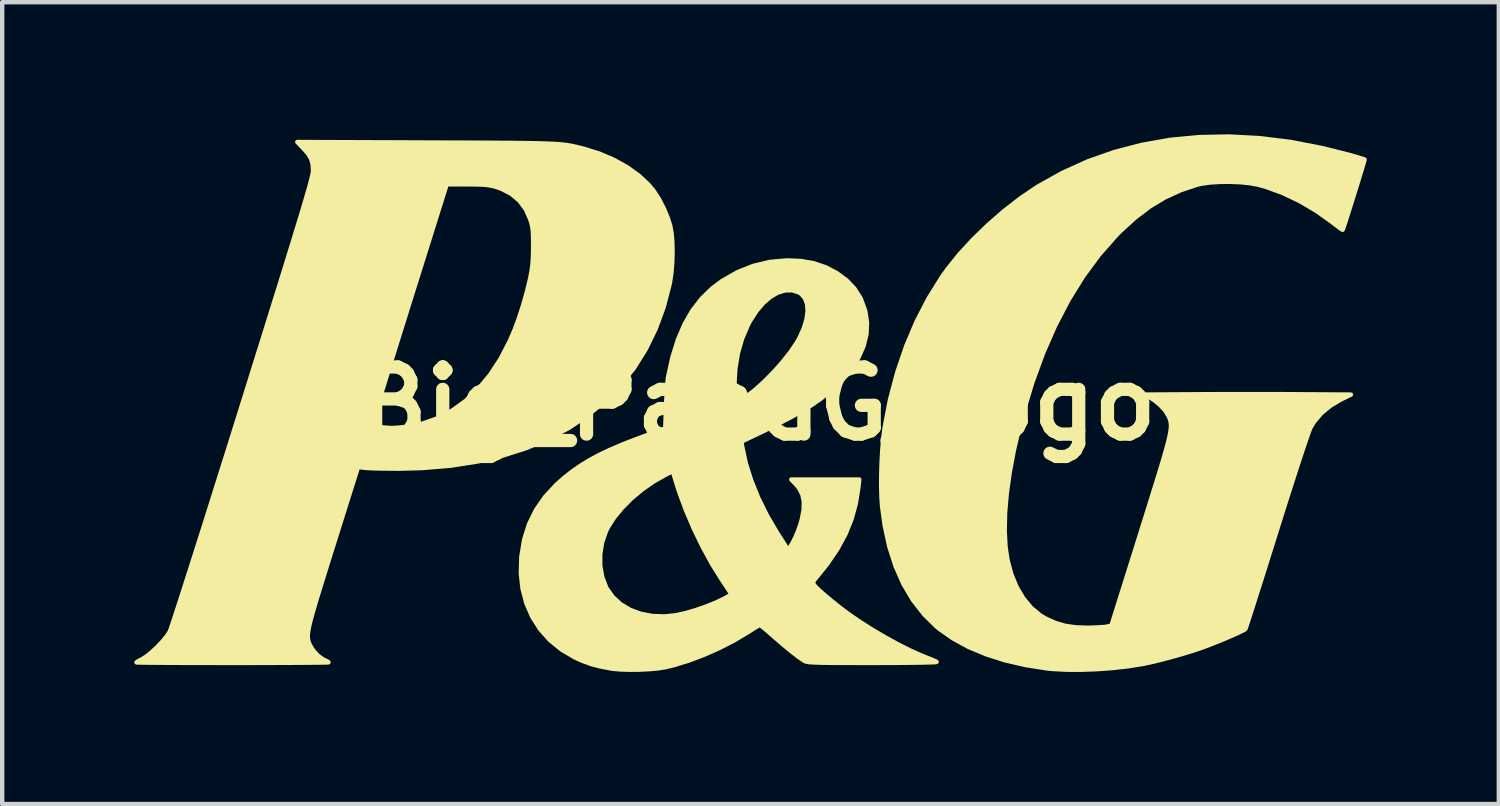
<source format=kicad_pcb>
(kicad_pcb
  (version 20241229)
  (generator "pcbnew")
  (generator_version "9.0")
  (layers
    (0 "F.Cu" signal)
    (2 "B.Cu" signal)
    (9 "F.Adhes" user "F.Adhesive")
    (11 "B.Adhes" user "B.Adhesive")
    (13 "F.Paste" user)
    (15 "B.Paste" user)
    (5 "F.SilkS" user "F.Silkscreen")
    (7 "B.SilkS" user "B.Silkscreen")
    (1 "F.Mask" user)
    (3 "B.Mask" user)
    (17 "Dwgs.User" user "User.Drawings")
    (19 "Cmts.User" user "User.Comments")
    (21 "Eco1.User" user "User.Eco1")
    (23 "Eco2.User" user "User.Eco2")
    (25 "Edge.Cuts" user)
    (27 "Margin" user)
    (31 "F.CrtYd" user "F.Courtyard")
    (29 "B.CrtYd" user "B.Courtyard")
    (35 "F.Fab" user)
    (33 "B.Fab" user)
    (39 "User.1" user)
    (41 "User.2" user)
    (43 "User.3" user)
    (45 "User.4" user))
  (footprint "Big_PandG_logo"
    (layer "F.Cu")
    (at 14.152 6.118)
    (property "Reference" "Big_PandG_logo" (at 0 0 0) (layer "F.SilkS") (effects (font (size 1.524 1.524) (thickness 0.3))))
    (attr through_hole)
    (fp_poly (pts (xy 13.784 -5.546) (xy 13.778 -5.519) (xy 13.757 -5.447) (xy 13.725 -5.338) (xy 13.683 -5.2) (xy 13.634 -5.04) (xy 13.581 -4.868) (xy 13.525 -4.69) (xy 13.47 -4.514) (xy 13.418 -4.349) (xy 13.372 -4.203) (xy 13.333 -4.083) (xy 13.304 -3.997) (xy 13.288 -3.954) (xy 13.286 -3.95) (xy 13.263 -3.963) (xy 13.205 -4.004) (xy 13.122 -4.066) (xy 13.035 -4.133) (xy 12.687 -4.381) (xy 12.317 -4.599) (xy 11.936 -4.781) (xy 11.556 -4.921) (xy 11.368 -4.974) (xy 11.185 -5.008) (xy 10.968 -5.03) (xy 10.735 -5.04) (xy 10.499 -5.038) (xy 10.276 -5.024) (xy 10.083 -4.997) (xy 9.988 -4.976) (xy 9.607 -4.849) (xy 9.248 -4.684) (xy 8.904 -4.477) (xy 8.57 -4.223) (xy 8.238 -3.92) (xy 8.134 -3.814) (xy 7.749 -3.376) (xy 7.391 -2.89) (xy 7.061 -2.356) (xy 6.758 -1.776) (xy 6.484 -1.15) (xy 6.238 -0.479) (xy 6.021 0.238) (xy 5.941 0.538) (xy 5.819 1.064) (xy 5.725 1.565) (xy 5.659 2.038) (xy 5.621 2.478) (xy 5.612 2.883) (xy 5.631 3.248) (xy 5.674 3.539) (xy 5.76 3.864) (xy 5.88 4.157) (xy 6.032 4.415) (xy 6.212 4.632) (xy 6.418 4.804) (xy 6.539 4.877) (xy 6.759 4.977) (xy 6.985 5.043) (xy 7.232 5.078) (xy 7.495 5.087) (xy 7.638 5.083) (xy 7.77 5.077) (xy 7.876 5.069) (xy 7.939 5.06) (xy 8.036 5.036) (xy 8.712 2.886) (xy 8.839 2.48) (xy 8.95 2.124) (xy 9.047 1.814) (xy 9.13 1.545) (xy 9.199 1.315) (xy 9.256 1.12) (xy 9.302 0.956) (xy 9.337 0.82) (xy 9.362 0.708) (xy 9.378 0.616) (xy 9.387 0.541) (xy 9.388 0.48) (xy 9.383 0.427) (xy 9.373 0.381) (xy 9.358 0.337) (xy 9.339 0.291) (xy 9.333 0.278) (xy 9.261 0.159) (xy 9.151 0.037) (xy 9.018 -0.074) (xy 8.907 -0.144) (xy 8.786 -0.208) (xy 9.959 -0.215) (xy 10.274 -0.217) (xy 10.628 -0.218) (xy 11.004 -0.218) (xy 11.386 -0.218) (xy 11.756 -0.218) (xy 12.099 -0.217) (xy 12.302 -0.215) (xy 13.473 -0.208) (xy 13.23 -0.088) (xy 13.002 0.049) (xy 12.802 0.216) (xy 12.64 0.405) (xy 12.557 0.541) (xy 12.535 0.594) (xy 12.498 0.695) (xy 12.448 0.841) (xy 12.385 1.027) (xy 12.311 1.25) (xy 12.228 1.505) (xy 12.137 1.787) (xy 12.039 2.093) (xy 11.935 2.419) (xy 11.828 2.76) (xy 11.784 2.901) (xy 11.678 3.237) (xy 11.577 3.558) (xy 11.482 3.861) (xy 11.394 4.139) (xy 11.313 4.391) (xy 11.243 4.612) (xy 11.183 4.798) (xy 11.136 4.945) (xy 11.101 5.049) (xy 11.081 5.106) (xy 11.077 5.116) (xy 11.039 5.141) (xy 10.957 5.181) (xy 10.843 5.234) (xy 10.704 5.295) (xy 10.55 5.36) (xy 10.39 5.424) (xy 10.233 5.486) (xy 10.09 5.539) (xy 10.034 5.559) (xy 9.835 5.624) (xy 9.609 5.692) (xy 9.369 5.76) (xy 9.134 5.821) (xy 8.918 5.873) (xy 8.737 5.911) (xy 8.73 5.912) (xy 8.403 5.963) (xy 8.053 6.002) (xy 7.693 6.028) (xy 7.339 6.041) (xy 7.004 6.039) (xy 6.702 6.023) (xy 6.579 6.011) (xy 6.086 5.934) (xy 5.62 5.826) (xy 5.188 5.688) (xy 4.792 5.522) (xy 4.438 5.329) (xy 4.128 5.112) (xy 4.07 5.064) (xy 3.782 4.781) (xy 3.529 4.457) (xy 3.313 4.092) (xy 3.134 3.686) (xy 2.991 3.241) (xy 2.886 2.756) (xy 2.829 2.334) (xy 2.814 2.122) (xy 2.807 1.871) (xy 2.809 1.596) (xy 2.818 1.311) (xy 2.834 1.031) (xy 2.856 0.772) (xy 2.885 0.549) (xy 2.886 0.541) (xy 3.009 -0.096) (xy 3.173 -0.713) (xy 3.375 -1.305) (xy 3.613 -1.868) (xy 3.886 -2.395) (xy 4.19 -2.883) (xy 4.327 -3.074) (xy 4.592 -3.402) (xy 4.9 -3.735) (xy 5.238 -4.062) (xy 5.595 -4.373) (xy 5.96 -4.657) (xy 6.321 -4.903) (xy 6.362 -4.929) (xy 6.918 -5.24) (xy 7.498 -5.503) (xy 8.101 -5.715) (xy 8.725 -5.878) (xy 9.368 -5.992) (xy 10.03 -6.055) (xy 10.708 -6.068) (xy 11.401 -6.031) (xy 12.107 -5.944) (xy 12.826 -5.805) (xy 13.432 -5.652) (xy 13.561 -5.615) (xy 13.67 -5.583) (xy 13.747 -5.559) (xy 13.783 -5.547) (xy 13.784 -5.546)) (stroke (width 0.1) (type solid)) (fill yes) (layer "F.SilkS"))
    (fp_poly (pts (xy -1.93 -3.446) (xy -1.937 -3.209) (xy -1.955 -2.978) (xy -1.986 -2.767) (xy -1.995 -2.72) (xy -2.132 -2.194) (xy -2.314 -1.7) (xy -2.539 -1.239) (xy -2.807 -0.811) (xy -3.116 -0.418) (xy -3.466 -0.061) (xy -3.856 0.262) (xy -4.284 0.547) (xy -4.751 0.796) (xy -5.096 0.94) (xy -5.096 -3.567) (xy -5.096 -3.737) (xy -5.099 -3.864) (xy -5.107 -3.963) (xy -5.121 -4.046) (xy -5.142 -4.128) (xy -5.162 -4.19) (xy -5.263 -4.418) (xy -5.407 -4.61) (xy -5.591 -4.765) (xy -5.816 -4.882) (xy -5.923 -4.92) (xy -6.006 -4.943) (xy -6.088 -4.96) (xy -6.179 -4.971) (xy -6.293 -4.978) (xy -6.44 -4.981) (xy -6.59 -4.982) (xy -7.058 -4.983) (xy -7.916 -2.251) (xy -8.033 -1.876) (xy -8.146 -1.515) (xy -8.253 -1.173) (xy -8.352 -0.853) (xy -8.443 -0.558) (xy -8.525 -0.293) (xy -8.597 -0.06) (xy -8.656 0.137) (xy -8.704 0.294) (xy -8.737 0.408) (xy -8.756 0.475) (xy -8.76 0.493) (xy -8.726 0.504) (xy -8.653 0.517) (xy -8.556 0.531) (xy -8.451 0.543) (xy -8.354 0.55) (xy -8.328 0.551) (xy -8.256 0.55) (xy -8.148 0.542) (xy -8.024 0.53) (xy -7.981 0.525) (xy -7.613 0.453) (xy -7.263 0.329) (xy -6.933 0.155) (xy -6.624 -0.068) (xy -6.337 -0.339) (xy -6.073 -0.656) (xy -5.836 -1.018) (xy -5.625 -1.424) (xy -5.514 -1.683) (xy -5.416 -1.949) (xy -5.32 -2.247) (xy -5.234 -2.552) (xy -5.164 -2.841) (xy -5.16 -2.859) (xy -5.131 -3.014) (xy -5.111 -3.164) (xy -5.1 -3.331) (xy -5.096 -3.53) (xy -5.096 -3.567) (xy -5.096 0.94) (xy -5.254 1.007) (xy -5.793 1.179) (xy -6.367 1.313) (xy -6.975 1.407) (xy -7.616 1.46) (xy -8.135 1.474) (xy -8.324 1.473) (xy -8.505 1.471) (xy -8.668 1.467) (xy -8.8 1.463) (xy -8.89 1.457) (xy -8.905 1.456) (xy -9.071 1.437) (xy -9.115 1.572) (xy -9.13 1.622) (xy -9.161 1.72) (xy -9.206 1.861) (xy -9.262 2.04) (xy -9.329 2.253) (xy -9.405 2.494) (xy -9.488 2.758) (xy -9.577 3.04) (xy -9.67 3.336) (xy -9.687 3.391) (xy -9.8 3.75) (xy -9.896 4.061) (xy -9.978 4.326) (xy -10.046 4.551) (xy -10.101 4.74) (xy -10.144 4.896) (xy -10.176 5.024) (xy -10.197 5.128) (xy -10.21 5.213) (xy -10.214 5.281) (xy -10.21 5.338) (xy -10.201 5.387) (xy -10.185 5.432) (xy -10.166 5.479) (xy -10.164 5.483) (xy -10.087 5.608) (xy -9.983 5.721) (xy -9.868 5.804) (xy -9.835 5.82) (xy -9.775 5.848) (xy -9.744 5.869) (xy -9.744 5.872) (xy -9.771 5.874) (xy -9.849 5.876) (xy -9.975 5.878) (xy -10.143 5.879) (xy -10.35 5.881) (xy -10.592 5.882) (xy -10.864 5.883) (xy -11.162 5.884) (xy -11.482 5.885) (xy -11.82 5.885) (xy -11.923 5.885) (xy -12.265 5.885) (xy -12.591 5.884) (xy -12.896 5.884) (xy -13.176 5.883) (xy -13.427 5.882) (xy -13.645 5.88) (xy -13.826 5.879) (xy -13.964 5.877) (xy -14.057 5.876) (xy -14.099 5.874) (xy -14.102 5.873) (xy -14.079 5.855) (xy -14.021 5.823) (xy -13.97 5.797) (xy -13.873 5.735) (xy -13.756 5.64) (xy -13.633 5.525) (xy -13.515 5.401) (xy -13.416 5.281) (xy -13.348 5.178) (xy -13.348 5.177) (xy -13.332 5.137) (xy -13.301 5.046) (xy -13.255 4.908) (xy -13.195 4.724) (xy -13.121 4.499) (xy -13.036 4.233) (xy -12.939 3.93) (xy -12.831 3.593) (xy -12.714 3.225) (xy -12.587 2.827) (xy -12.453 2.403) (xy -12.312 1.955) (xy -12.164 1.485) (xy -12.01 0.998) (xy -11.852 0.494) (xy -11.691 -0.022) (xy -11.684 -0.042) (xy -11.492 -0.658) (xy -11.315 -1.224) (xy -11.153 -1.742) (xy -11.006 -2.213) (xy -10.873 -2.64) (xy -10.753 -3.025) (xy -10.646 -3.371) (xy -10.551 -3.679) (xy -10.467 -3.953) (xy -10.394 -4.193) (xy -10.33 -4.403) (xy -10.276 -4.584) (xy -10.231 -4.739) (xy -10.193 -4.87) (xy -10.162 -4.98) (xy -10.139 -5.069) (xy -10.121 -5.142) (xy -10.108 -5.2) (xy -10.099 -5.244) (xy -10.095 -5.278) (xy -10.094 -5.302) (xy -10.102 -5.439) (xy -10.134 -5.554) (xy -10.196 -5.664) (xy -10.297 -5.783) (xy -10.323 -5.81) (xy -10.451 -5.943) (xy -7.509 -5.932) (xy -7.032 -5.93) (xy -6.608 -5.929) (xy -6.232 -5.927) (xy -5.9 -5.925) (xy -5.611 -5.923) (xy -5.358 -5.92) (xy -5.14 -5.917) (xy -4.953 -5.913) (xy -4.793 -5.908) (xy -4.657 -5.902) (xy -4.54 -5.895) (xy -4.44 -5.887) (xy -4.353 -5.877) (xy -4.276 -5.866) (xy -4.204 -5.852) (xy -4.135 -5.837) (xy -4.064 -5.82) (xy -3.989 -5.801) (xy -3.942 -5.789) (xy -3.593 -5.68) (xy -3.265 -5.54) (xy -2.965 -5.373) (xy -2.7 -5.184) (xy -2.478 -4.977) (xy -2.371 -4.851) (xy -2.245 -4.659) (xy -2.129 -4.436) (xy -2.033 -4.203) (xy -1.982 -4.039) (xy -1.952 -3.876) (xy -1.935 -3.673) (xy -1.93 -3.446)) (stroke (width 0.1) (type solid)) (fill yes) (layer "F.SilkS"))
    (fp_poly (pts (xy 4.065 5.862) (xy 4.044 5.867) (xy 3.971 5.871) (xy 3.853 5.874) (xy 3.695 5.878) (xy 3.501 5.88) (xy 3.276 5.883) (xy 3.025 5.884) (xy 2.754 5.885) (xy 2.614 5.885) (xy 2.288 5.885) (xy 2.012 5.884) (xy 1.783 5.884) (xy 1.595 5.882) (xy 1.445 5.88) (xy 1.328 5.876) (xy 1.238 5.872) (xy 1.172 5.867) (xy 1.125 5.86) (xy 1.092 5.852) (xy 1.069 5.842) (xy 1.061 5.838) (xy 0.929 5.747) (xy 0.767 5.622) (xy 0.582 5.47) (xy 0.382 5.297) (xy 0.364 5.281) (xy 0.258 5.188) (xy 0.166 5.11) (xy 0.097 5.054) (xy 0.058 5.026) (xy 0.053 5.024) (xy 0.022 5.039) (xy -0.045 5.078) (xy -0.137 5.135) (xy -0.227 5.192) (xy -0.533 5.375) (xy -0.589 5.404) (xy -0.589 4.329) (xy -0.815 3.989) (xy -1.034 3.637) (xy -1.248 3.246) (xy -1.448 2.832) (xy -1.627 2.413) (xy -1.778 2.005) (xy -1.835 1.827) (xy -1.925 1.531) (xy -2.094 1.615) (xy -2.362 1.767) (xy -2.621 1.948) (xy -2.863 2.15) (xy -3.078 2.366) (xy -3.259 2.587) (xy -3.398 2.805) (xy -3.443 2.896) (xy -3.53 3.151) (xy -3.573 3.417) (xy -3.572 3.682) (xy -3.527 3.936) (xy -3.438 4.168) (xy -3.424 4.195) (xy -3.287 4.389) (xy -3.11 4.551) (xy -2.898 4.679) (xy -2.657 4.769) (xy -2.393 4.82) (xy -2.112 4.83) (xy -1.844 4.801) (xy -1.639 4.755) (xy -1.411 4.689) (xy -1.177 4.608) (xy -0.955 4.519) (xy -0.762 4.428) (xy -0.682 4.384) (xy -0.589 4.329) (xy -0.589 5.404) (xy -0.868 5.547) (xy -1.218 5.702) (xy -1.568 5.834) (xy -1.903 5.937) (xy -2.096 5.983) (xy -2.259 6.009) (xy -2.46 6.027) (xy -2.68 6.038) (xy -2.902 6.04) (xy -3.109 6.034) (xy -3.283 6.018) (xy -3.317 6.013) (xy -3.567 5.966) (xy -3.783 5.909) (xy -3.984 5.835) (xy -4.151 5.759) (xy -4.453 5.581) (xy -4.716 5.366) (xy -4.937 5.117) (xy -5.115 4.838) (xy -5.249 4.531) (xy -5.336 4.2) (xy -5.375 3.848) (xy -5.364 3.479) (xy -5.361 3.456) (xy -5.298 3.081) (xy -5.189 2.735) (xy -5.032 2.415) (xy -4.826 2.117) (xy -4.569 1.839) (xy -4.375 1.668) (xy -4.198 1.53) (xy -4.014 1.403) (xy -3.818 1.283) (xy -3.604 1.167) (xy -3.363 1.052) (xy -3.091 0.935) (xy -2.779 0.812) (xy -2.423 0.681) (xy -2.29 0.633) (xy -2.096 0.565) (xy -2.078 0.053) (xy -2.07 -0.122) (xy -2.061 -0.289) (xy -2.05 -0.436) (xy -2.039 -0.55) (xy -2.031 -0.611) (xy -1.932 -1.056) (xy -1.808 -1.454) (xy -1.657 -1.807) (xy -1.477 -2.118) (xy -1.268 -2.388) (xy -1.028 -2.621) (xy -0.803 -2.789) (xy -0.456 -2.987) (xy -0.097 -3.13) (xy 0.274 -3.219) (xy 0.656 -3.254) (xy 0.977 -3.242) (xy 1.268 -3.192) (xy 1.543 -3.1) (xy 1.794 -2.97) (xy 2.015 -2.808) (xy 2.198 -2.617) (xy 2.336 -2.401) (xy 2.349 -2.374) (xy 2.445 -2.111) (xy 2.486 -1.845) (xy 2.473 -1.577) (xy 2.407 -1.308) (xy 2.288 -1.041) (xy 2.116 -0.776) (xy 1.893 -0.516) (xy 1.619 -0.261) (xy 1.431 -0.112) (xy 1.237 0.023) (xy 1.137 0.085) (xy 1.137 -2.104) (xy 1.125 -2.265) (xy 1.076 -2.398) (xy 0.991 -2.496) (xy 0.941 -2.527) (xy 0.787 -2.577) (xy 0.625 -2.574) (xy 0.458 -2.524) (xy 0.291 -2.427) (xy 0.129 -2.287) (xy -0.025 -2.106) (xy -0.166 -1.887) (xy -0.218 -1.789) (xy -0.352 -1.476) (xy -0.447 -1.145) (xy -0.505 -0.787) (xy -0.527 -0.394) (xy -0.527 -0.328) (xy -0.527 -0.178) (xy -0.523 -0.08) (xy -0.507 -0.028) (xy -0.473 -0.019) (xy -0.413 -0.049) (xy -0.322 -0.112) (xy -0.255 -0.159) (xy -0.05 -0.321) (xy 0.163 -0.513) (xy 0.373 -0.727) (xy 0.571 -0.95) (xy 0.746 -1.172) (xy 0.889 -1.383) (xy 0.955 -1.499) (xy 1.052 -1.715) (xy 1.113 -1.919) (xy 1.137 -2.104) (xy 1.137 0.085) (xy 1.007 0.165) (xy 0.735 0.317) (xy 0.418 0.481) (xy 0.128 0.624) (xy -0.366 0.86) (xy -0.347 0.978) (xy -0.267 1.35) (xy -0.144 1.741) (xy 0.018 2.142) (xy 0.216 2.541) (xy 0.443 2.929) (xy 0.519 3.047) (xy 0.585 3.15) (xy 0.635 3.229) (xy 0.663 3.273) (xy 0.665 3.276) (xy 0.689 3.3) (xy 0.717 3.282) (xy 0.734 3.262) (xy 0.791 3.171) (xy 0.855 3.043) (xy 0.918 2.895) (xy 0.972 2.745) (xy 1.002 2.641) (xy 1.046 2.416) (xy 1.052 2.226) (xy 1.019 2.063) (xy 0.946 1.92) (xy 0.867 1.825) (xy 0.766 1.721) (xy 1.538 1.721) (xy 2.309 1.721) (xy 2.291 1.895) (xy 2.231 2.269) (xy 2.133 2.624) (xy 1.994 2.966) (xy 1.811 3.302) (xy 1.58 3.641) (xy 1.35 3.927) (xy 1.291 3.998) (xy 1.264 4.044) (xy 1.264 4.078) (xy 1.285 4.118) (xy 1.286 4.119) (xy 1.329 4.169) (xy 1.409 4.244) (xy 1.516 4.339) (xy 1.642 4.445) (xy 1.779 4.556) (xy 1.918 4.665) (xy 2.052 4.765) (xy 2.071 4.779) (xy 2.33 4.957) (xy 2.611 5.135) (xy 2.902 5.306) (xy 3.192 5.465) (xy 3.468 5.604) (xy 3.72 5.717) (xy 3.831 5.761) (xy 3.932 5.801) (xy 4.014 5.836) (xy 4.061 5.859) (xy 4.065 5.862)) (stroke (width 0.1) (type solid)) (fill yes) (layer "F.SilkS")))
  (gr_rect
    (start -3 -3)
    (end 30.985 15.209)
    (stroke (width 0.1) (type default))
    (fill no)
    (layer "Edge.Cuts")))
</source>
